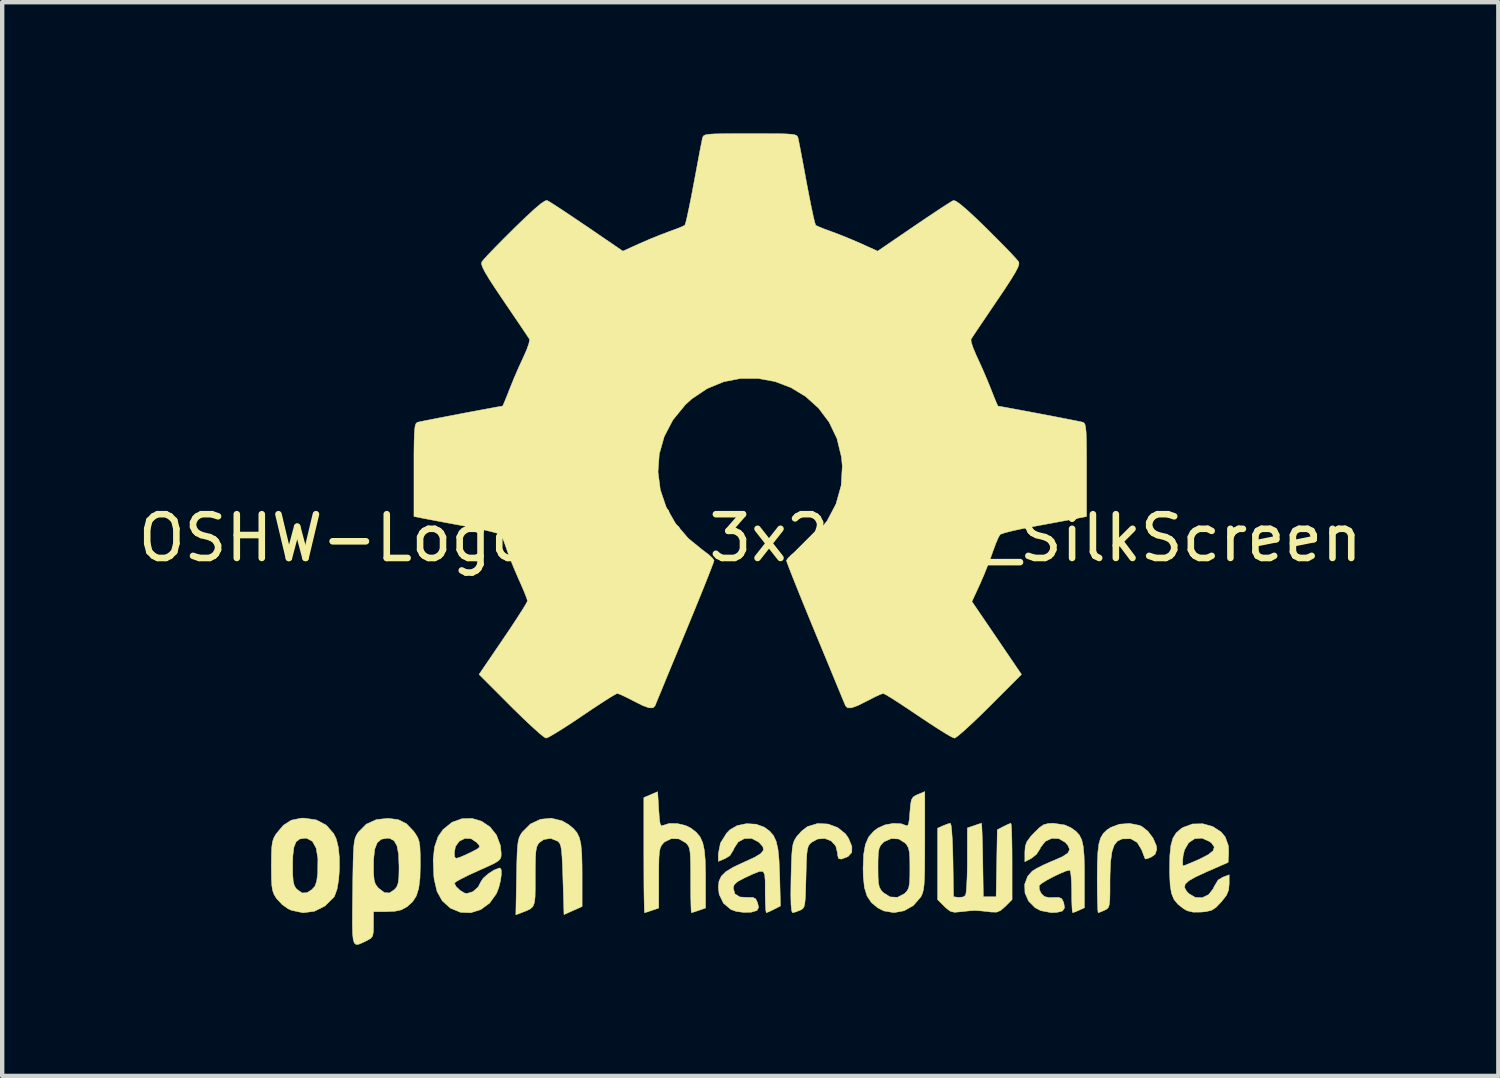
<source format=kicad_pcb>
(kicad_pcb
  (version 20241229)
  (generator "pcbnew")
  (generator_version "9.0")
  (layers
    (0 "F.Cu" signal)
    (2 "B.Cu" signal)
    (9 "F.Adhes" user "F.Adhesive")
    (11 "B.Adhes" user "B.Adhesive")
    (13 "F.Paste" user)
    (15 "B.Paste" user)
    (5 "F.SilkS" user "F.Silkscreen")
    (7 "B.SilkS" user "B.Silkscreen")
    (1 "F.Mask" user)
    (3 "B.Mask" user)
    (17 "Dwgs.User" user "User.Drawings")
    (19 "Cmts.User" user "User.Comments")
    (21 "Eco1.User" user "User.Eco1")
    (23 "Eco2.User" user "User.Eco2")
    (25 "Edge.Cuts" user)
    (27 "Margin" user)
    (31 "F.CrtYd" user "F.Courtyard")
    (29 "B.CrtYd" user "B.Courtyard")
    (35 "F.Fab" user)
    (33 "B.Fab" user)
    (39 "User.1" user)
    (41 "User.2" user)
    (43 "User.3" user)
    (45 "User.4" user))
  (footprint "OSHW-Logo2_24.3x20mm_SilkScreen"
    (layer "F.Cu")
    (at 14.101 9.25)
    (property "Reference" "OSHW-Logo2_24.3x20mm_SilkScreen" (at 0 0 0) (layer "F.SilkS") (effects (font (size 1 1) (thickness 0.15))))
    (attr exclude_from_pos_files exclude_from_bom allow_missing_courtyard)
    (fp_poly (pts (xy 8.893 6.567) (xy 8.951 6.592) (xy 9.09 6.702) (xy 9.209 6.861) (xy 9.282 7.031) (xy 9.294 7.114) (xy 9.254 7.231) (xy 9.166 7.293) (xy 9.072 7.33) (xy 9.029 7.337) (xy 9.008 7.287) (xy 8.966 7.178) (xy 8.948 7.129) (xy 8.846 6.959) (xy 8.698 6.874) (xy 8.509 6.877) (xy 8.495 6.88) (xy 8.393 6.928) (xy 8.319 7.021) (xy 8.268 7.172) (xy 8.238 7.391) (xy 8.225 7.69) (xy 8.223 7.849) (xy 8.223 8.1) (xy 8.219 8.271) (xy 8.208 8.379) (xy 8.187 8.443) (xy 8.153 8.48) (xy 8.102 8.506) (xy 8.099 8.508) (xy 8.002 8.549) (xy 7.953 8.564) (xy 7.946 8.518) (xy 7.94 8.391) (xy 7.935 8.199) (xy 7.932 7.959) (xy 7.931 7.783) (xy 7.934 7.443) (xy 7.946 7.184) (xy 7.969 6.993) (xy 8.009 6.854) (xy 8.07 6.752) (xy 8.154 6.672) (xy 8.238 6.616) (xy 8.439 6.541) (xy 8.673 6.524) (xy 8.893 6.567)) (stroke (width 0.01) (type solid)) (fill yes) (layer "F.SilkS"))
    (fp_poly (pts (xy -4.304 6.463) (xy -4.148 6.553) (xy -4.04 6.643) (xy -3.96 6.737) (xy -3.905 6.852) (xy -3.871 7.004) (xy -3.852 7.211) (xy -3.845 7.488) (xy -3.844 7.688) (xy -3.844 8.423) (xy -4.051 8.515) (xy -4.258 8.608) (xy -4.282 7.803) (xy -4.292 7.503) (xy -4.303 7.285) (xy -4.316 7.134) (xy -4.333 7.036) (xy -4.357 6.976) (xy -4.39 6.938) (xy -4.401 6.93) (xy -4.56 6.866) (xy -4.721 6.891) (xy -4.817 6.958) (xy -4.856 7.006) (xy -4.883 7.068) (xy -4.9 7.162) (xy -4.91 7.306) (xy -4.914 7.516) (xy -4.915 7.735) (xy -4.915 8.01) (xy -4.919 8.205) (xy -4.935 8.336) (xy -4.968 8.421) (xy -5.026 8.476) (xy -5.113 8.519) (xy -5.231 8.564) (xy -5.359 8.613) (xy -5.343 7.749) (xy -5.337 7.438) (xy -5.33 7.207) (xy -5.32 7.043) (xy -5.304 6.927) (xy -5.282 6.844) (xy -5.25 6.779) (xy -5.211 6.721) (xy -5.025 6.536) (xy -4.797 6.429) (xy -4.55 6.404) (xy -4.304 6.463)) (stroke (width 0.01) (type solid)) (fill yes) (layer "F.SilkS"))
    (fp_poly (pts (xy 1.777 6.537) (xy 1.998 6.618) (xy 2.177 6.762) (xy 2.247 6.864) (xy 2.323 7.05) (xy 2.321 7.185) (xy 2.241 7.276) (xy 2.212 7.291) (xy 2.084 7.339) (xy 2.018 7.327) (xy 1.996 7.246) (xy 1.995 7.202) (xy 1.954 7.038) (xy 1.849 6.923) (xy 1.702 6.867) (xy 1.538 6.881) (xy 1.404 6.954) (xy 1.359 6.995) (xy 1.327 7.045) (xy 1.306 7.121) (xy 1.292 7.239) (xy 1.283 7.417) (xy 1.276 7.67) (xy 1.274 7.75) (xy 1.267 8.025) (xy 1.26 8.218) (xy 1.248 8.346) (xy 1.23 8.425) (xy 1.203 8.47) (xy 1.163 8.497) (xy 1.138 8.509) (xy 1.03 8.55) (xy 0.966 8.564) (xy 0.945 8.519) (xy 0.932 8.381) (xy 0.927 8.15) (xy 0.931 7.824) (xy 0.932 7.773) (xy 0.939 7.476) (xy 0.948 7.258) (xy 0.96 7.104) (xy 0.978 6.996) (xy 1.005 6.918) (xy 1.043 6.852) (xy 1.062 6.824) (xy 1.174 6.698) (xy 1.3 6.601) (xy 1.315 6.593) (xy 1.54 6.525) (xy 1.777 6.537)) (stroke (width 0.01) (type solid)) (fill yes) (layer "F.SilkS"))
    (fp_poly (pts (xy -2.092 6.206) (xy -2.078 6.405) (xy -2.062 6.523) (xy -2.039 6.574) (xy -2.006 6.574) (xy -1.995 6.568) (xy -1.852 6.524) (xy -1.665 6.527) (xy -1.476 6.572) (xy -1.357 6.631) (xy -1.236 6.725) (xy -1.147 6.831) (xy -1.086 6.966) (xy -1.048 7.146) (xy -1.028 7.388) (xy -1.022 7.707) (xy -1.022 7.769) (xy -1.022 8.457) (xy -1.175 8.511) (xy -1.284 8.547) (xy -1.344 8.564) (xy -1.345 8.564) (xy -1.351 8.518) (xy -1.356 8.392) (xy -1.36 8.201) (xy -1.362 7.963) (xy -1.362 7.818) (xy -1.363 7.533) (xy -1.367 7.328) (xy -1.375 7.188) (xy -1.391 7.096) (xy -1.416 7.035) (xy -1.452 6.989) (xy -1.475 6.967) (xy -1.632 6.877) (xy -1.803 6.871) (xy -1.958 6.946) (xy -1.987 6.974) (xy -2.029 7.025) (xy -2.058 7.086) (xy -2.076 7.174) (xy -2.087 7.307) (xy -2.091 7.502) (xy -2.092 7.772) (xy -2.092 8.457) (xy -2.246 8.511) (xy -2.354 8.547) (xy -2.414 8.564) (xy -2.416 8.564) (xy -2.42 8.517) (xy -2.424 8.386) (xy -2.428 8.182) (xy -2.431 7.919) (xy -2.432 7.608) (xy -2.433 7.263) (xy -2.433 7.248) (xy -2.433 5.932) (xy -2.117 5.798) (xy -2.092 6.206)) (stroke (width 0.01) (type solid)) (fill yes) (layer "F.SilkS"))
    (fp_poly (pts (xy 5.967 6.566) (xy 5.974 6.694) (xy 5.98 6.889) (xy 5.984 7.135) (xy 5.985 7.392) (xy 5.985 8.265) (xy 5.831 8.419) (xy 5.725 8.513) (xy 5.632 8.552) (xy 5.505 8.549) (xy 5.454 8.543) (xy 5.296 8.525) (xy 5.165 8.515) (xy 5.134 8.514) (xy 5.026 8.52) (xy 4.873 8.536) (xy 4.813 8.543) (xy 4.667 8.555) (xy 4.569 8.53) (xy 4.471 8.453) (xy 4.436 8.419) (xy 4.282 8.265) (xy 4.282 6.633) (xy 4.406 6.577) (xy 4.513 6.535) (xy 4.575 6.52) (xy 4.591 6.567) (xy 4.606 6.696) (xy 4.619 6.894) (xy 4.629 7.146) (xy 4.634 7.36) (xy 4.647 8.199) (xy 4.763 8.215) (xy 4.869 8.204) (xy 4.92 8.167) (xy 4.935 8.097) (xy 4.947 7.949) (xy 4.957 7.741) (xy 4.962 7.493) (xy 4.962 7.364) (xy 4.963 6.627) (xy 5.116 6.574) (xy 5.225 6.537) (xy 5.284 6.52) (xy 5.286 6.52) (xy 5.292 6.566) (xy 5.298 6.694) (xy 5.305 6.888) (xy 5.311 7.132) (xy 5.315 7.36) (xy 5.328 8.199) (xy 5.62 8.199) (xy 5.634 7.433) (xy 5.647 6.668) (xy 5.789 6.594) (xy 5.894 6.543) (xy 5.957 6.52) (xy 5.958 6.52) (xy 5.967 6.566)) (stroke (width 0.01) (type solid)) (fill yes) (layer "F.SilkS"))
    (fp_poly (pts (xy -9.92 6.443) (xy -9.692 6.563) (xy -9.523 6.756) (xy -9.463 6.88) (xy -9.417 7.067) (xy -9.393 7.302) (xy -9.391 7.559) (xy -9.409 7.81) (xy -9.446 8.027) (xy -9.502 8.183) (xy -9.519 8.21) (xy -9.721 8.41) (xy -9.961 8.531) (xy -10.221 8.566) (xy -10.485 8.511) (xy -10.558 8.479) (xy -10.701 8.378) (xy -10.826 8.245) (xy -10.838 8.228) (xy -10.886 8.147) (xy -10.918 8.06) (xy -10.937 7.945) (xy -10.946 7.782) (xy -10.948 7.546) (xy -10.948 7.493) (xy -10.948 7.477) (xy -10.462 7.477) (xy -10.459 7.699) (xy -10.448 7.846) (xy -10.424 7.941) (xy -10.385 8.007) (xy -10.364 8.029) (xy -10.248 8.112) (xy -10.135 8.108) (xy -10.021 8.036) (xy -9.952 7.959) (xy -9.912 7.846) (xy -9.889 7.669) (xy -9.888 7.648) (xy -9.884 7.327) (xy -9.924 7.088) (xy -10.009 6.934) (xy -10.136 6.865) (xy -10.182 6.861) (xy -10.301 6.88) (xy -10.383 6.945) (xy -10.433 7.071) (xy -10.457 7.269) (xy -10.462 7.477) (xy -10.948 7.477) (xy -10.946 7.243) (xy -10.939 7.068) (xy -10.922 6.946) (xy -10.893 6.857) (xy -10.849 6.778) (xy -10.839 6.763) (xy -10.673 6.565) (xy -10.493 6.45) (xy -10.273 6.404) (xy -10.199 6.402) (xy -9.92 6.443)) (stroke (width 0.01) (type solid)) (fill yes) (layer "F.SilkS"))
    (fp_poly (pts (xy 10.572 6.594) (xy 10.765 6.72) (xy 10.858 6.833) (xy 10.931 7.037) (xy 10.937 7.199) (xy 10.924 7.415) (xy 10.425 7.633) (xy 10.183 7.745) (xy 10.024 7.835) (xy 9.942 7.912) (xy 9.928 7.988) (xy 9.973 8.071) (xy 10.024 8.126) (xy 10.171 8.214) (xy 10.33 8.221) (xy 10.477 8.152) (xy 10.585 8.015) (xy 10.604 7.967) (xy 10.696 7.816) (xy 10.803 7.752) (xy 10.948 7.697) (xy 10.948 7.905) (xy 10.935 8.047) (xy 10.885 8.167) (xy 10.779 8.304) (xy 10.763 8.322) (xy 10.646 8.444) (xy 10.545 8.51) (xy 10.418 8.54) (xy 10.313 8.55) (xy 10.126 8.552) (xy 9.992 8.521) (xy 9.909 8.475) (xy 9.778 8.373) (xy 9.687 8.263) (xy 9.63 8.124) (xy 9.599 7.937) (xy 9.587 7.682) (xy 9.586 7.552) (xy 9.589 7.396) (xy 9.883 7.396) (xy 9.887 7.48) (xy 9.895 7.493) (xy 9.951 7.475) (xy 10.072 7.426) (xy 10.233 7.356) (xy 10.267 7.341) (xy 10.47 7.237) (xy 10.583 7.146) (xy 10.607 7.061) (xy 10.548 6.975) (xy 10.5 6.937) (xy 10.324 6.86) (xy 10.159 6.873) (xy 10.021 6.966) (xy 9.926 7.131) (xy 9.895 7.262) (xy 9.883 7.396) (xy 9.589 7.396) (xy 9.592 7.249) (xy 9.616 7.025) (xy 9.661 6.862) (xy 9.736 6.741) (xy 9.845 6.646) (xy 9.892 6.616) (xy 10.108 6.536) (xy 10.344 6.531) (xy 10.572 6.594)) (stroke (width 0.01) (type solid)) (fill yes) (layer "F.SilkS"))
    (fp_poly (pts (xy 3.99 6.924) (xy 3.989 7.288) (xy 3.987 7.568) (xy 3.982 7.777) (xy 3.973 7.929) (xy 3.959 8.037) (xy 3.939 8.115) (xy 3.913 8.177) (xy 3.893 8.212) (xy 3.727 8.401) (xy 3.518 8.52) (xy 3.285 8.563) (xy 3.053 8.524) (xy 2.915 8.454) (xy 2.769 8.332) (xy 2.67 8.184) (xy 2.61 7.991) (xy 2.583 7.732) (xy 2.579 7.542) (xy 2.58 7.529) (xy 2.92 7.529) (xy 2.922 7.746) (xy 2.931 7.89) (xy 2.953 7.984) (xy 2.992 8.053) (xy 3.039 8.104) (xy 3.196 8.203) (xy 3.365 8.212) (xy 3.524 8.129) (xy 3.537 8.118) (xy 3.59 8.059) (xy 3.623 7.99) (xy 3.641 7.886) (xy 3.648 7.726) (xy 3.649 7.549) (xy 3.647 7.326) (xy 3.637 7.178) (xy 3.614 7.08) (xy 3.575 7.011) (xy 3.544 6.974) (xy 3.396 6.88) (xy 3.226 6.869) (xy 3.063 6.94) (xy 3.032 6.967) (xy 2.979 7.026) (xy 2.946 7.096) (xy 2.928 7.2) (xy 2.921 7.362) (xy 2.92 7.529) (xy 2.58 7.529) (xy 2.591 7.237) (xy 2.631 7.007) (xy 2.706 6.834) (xy 2.823 6.7) (xy 2.915 6.631) (xy 3.081 6.556) (xy 3.273 6.522) (xy 3.452 6.531) (xy 3.552 6.568) (xy 3.591 6.579) (xy 3.617 6.539) (xy 3.636 6.433) (xy 3.649 6.271) (xy 3.664 6.091) (xy 3.685 5.982) (xy 3.724 5.92) (xy 3.79 5.879) (xy 3.832 5.861) (xy 3.99 5.795) (xy 3.99 6.924)) (stroke (width 0.01) (type solid)) (fill yes) (layer "F.SilkS"))
    (fp_poly (pts (xy -6.141 6.474) (xy -5.949 6.604) (xy -5.801 6.79) (xy -5.712 7.027) (xy -5.694 7.202) (xy -5.696 7.275) (xy -5.713 7.33) (xy -5.76 7.38) (xy -5.851 7.436) (xy -6.002 7.508) (xy -6.227 7.608) (xy -6.228 7.609) (xy -6.435 7.703) (xy -6.605 7.788) (xy -6.72 7.852) (xy -6.764 7.888) (xy -6.764 7.888) (xy -6.726 7.966) (xy -6.636 8.052) (xy -6.534 8.114) (xy -6.482 8.126) (xy -6.341 8.084) (xy -6.22 7.977) (xy -6.16 7.86) (xy -6.103 7.774) (xy -5.991 7.676) (xy -5.86 7.591) (xy -5.744 7.545) (xy -5.719 7.542) (xy -5.692 7.584) (xy -5.69 7.691) (xy -5.71 7.834) (xy -5.748 7.988) (xy -5.8 8.122) (xy -5.803 8.128) (xy -5.958 8.345) (xy -6.159 8.492) (xy -6.388 8.565) (xy -6.626 8.556) (xy -6.853 8.461) (xy -6.863 8.454) (xy -7.042 8.292) (xy -7.16 8.081) (xy -7.225 7.803) (xy -7.234 7.724) (xy -7.249 7.356) (xy -7.231 7.184) (xy -6.764 7.184) (xy -6.758 7.291) (xy -6.724 7.322) (xy -6.642 7.299) (xy -6.511 7.243) (xy -6.365 7.174) (xy -6.362 7.172) (xy -6.238 7.107) (xy -6.189 7.064) (xy -6.201 7.018) (xy -6.252 6.959) (xy -6.383 6.872) (xy -6.524 6.866) (xy -6.651 6.929) (xy -6.738 7.05) (xy -6.764 7.184) (xy -7.231 7.184) (xy -7.217 7.06) (xy -7.136 6.826) (xy -7.022 6.662) (xy -6.817 6.497) (xy -6.591 6.415) (xy -6.36 6.409) (xy -6.141 6.474)) (stroke (width 0.01) (type solid)) (fill yes) (layer "F.SilkS"))
    (fp_poly (pts (xy 0.133 6.541) (xy 0.324 6.611) (xy 0.326 6.613) (xy 0.444 6.7) (xy 0.531 6.801) (xy 0.592 6.933) (xy 0.633 7.112) (xy 0.657 7.354) (xy 0.671 7.675) (xy 0.673 7.721) (xy 0.69 8.411) (xy 0.542 8.487) (xy 0.435 8.539) (xy 0.37 8.564) (xy 0.367 8.564) (xy 0.356 8.519) (xy 0.347 8.397) (xy 0.342 8.218) (xy 0.341 8.074) (xy 0.341 7.84) (xy 0.33 7.693) (xy 0.293 7.623) (xy 0.213 7.62) (xy 0.075 7.673) (xy -0.134 7.77) (xy -0.287 7.851) (xy -0.366 7.922) (xy -0.389 7.998) (xy -0.389 8.002) (xy -0.351 8.134) (xy -0.238 8.205) (xy -0.064 8.215) (xy 0.061 8.214) (xy 0.126 8.25) (xy 0.167 8.336) (xy 0.191 8.446) (xy 0.157 8.509) (xy 0.144 8.517) (xy 0.023 8.553) (xy -0.146 8.558) (xy -0.32 8.535) (xy -0.443 8.491) (xy -0.614 8.346) (xy -0.711 8.145) (xy -0.73 7.987) (xy -0.715 7.845) (xy -0.662 7.729) (xy -0.557 7.626) (xy -0.387 7.523) (xy -0.137 7.406) (xy -0.122 7.4) (xy 0.103 7.296) (xy 0.242 7.211) (xy 0.302 7.134) (xy 0.289 7.056) (xy 0.21 6.967) (xy 0.186 6.946) (xy 0.029 6.866) (xy -0.134 6.87) (xy -0.277 6.948) (xy -0.371 7.093) (xy -0.38 7.121) (xy -0.465 7.259) (xy -0.573 7.326) (xy -0.73 7.391) (xy -0.73 7.221) (xy -0.682 6.973) (xy -0.541 6.746) (xy -0.467 6.67) (xy -0.3 6.573) (xy -0.087 6.529) (xy 0.133 6.541)) (stroke (width 0.01) (type solid)) (fill yes) (layer "F.SilkS"))
    (fp_poly (pts (xy -8.047 6.437) (xy -7.861 6.529) (xy -7.697 6.7) (xy -7.652 6.763) (xy -7.602 6.846) (xy -7.57 6.936) (xy -7.552 7.056) (xy -7.544 7.229) (xy -7.542 7.457) (xy -7.55 7.77) (xy -7.579 8.005) (xy -7.633 8.18) (xy -7.719 8.314) (xy -7.843 8.425) (xy -7.852 8.431) (xy -7.974 8.498) (xy -8.121 8.531) (xy -8.308 8.54) (xy -8.612 8.54) (xy -8.613 8.835) (xy -8.615 8.999) (xy -8.633 9.096) (xy -8.678 9.153) (xy -8.764 9.202) (xy -8.785 9.212) (xy -8.882 9.258) (xy -8.957 9.288) (xy -9.012 9.29) (xy -9.052 9.256) (xy -9.077 9.176) (xy -9.091 9.04) (xy -9.096 8.838) (xy -9.095 8.56) (xy -9.091 8.198) (xy -9.089 8.09) (xy -9.085 7.716) (xy -9.08 7.471) (xy -8.613 7.471) (xy -8.61 7.679) (xy -8.598 7.815) (xy -8.572 7.904) (xy -8.525 7.973) (xy -8.493 8.007) (xy -8.363 8.105) (xy -8.248 8.113) (xy -8.129 8.032) (xy -8.126 8.029) (xy -8.078 7.966) (xy -8.048 7.881) (xy -8.033 7.75) (xy -8.029 7.549) (xy -8.029 7.504) (xy -8.04 7.228) (xy -8.076 7.036) (xy -8.142 6.919) (xy -8.242 6.866) (xy -8.299 6.861) (xy -8.436 6.886) (xy -8.529 6.968) (xy -8.586 7.117) (xy -8.61 7.346) (xy -8.613 7.471) (xy -9.08 7.471) (xy -9.08 7.427) (xy -9.073 7.209) (xy -9.064 7.05) (xy -9.05 6.937) (xy -9.032 6.858) (xy -9.007 6.798) (xy -8.975 6.746) (xy -8.962 6.726) (xy -8.779 6.541) (xy -8.548 6.436) (xy -8.28 6.407) (xy -8.047 6.437)) (stroke (width 0.01) (type solid)) (fill yes) (layer "F.SilkS"))
    (fp_poly (pts (xy 7.191 6.559) (xy 7.331 6.622) (xy 7.441 6.7) (xy 7.521 6.786) (xy 7.577 6.897) (xy 7.612 7.05) (xy 7.631 7.259) (xy 7.639 7.541) (xy 7.639 7.727) (xy 7.639 8.451) (xy 7.516 8.508) (xy 7.418 8.549) (xy 7.37 8.564) (xy 7.36 8.519) (xy 7.353 8.397) (xy 7.348 8.219) (xy 7.348 8.077) (xy 7.343 7.873) (xy 7.332 7.711) (xy 7.316 7.612) (xy 7.303 7.591) (xy 7.217 7.612) (xy 7.082 7.668) (xy 6.925 7.742) (xy 6.775 7.823) (xy 6.659 7.895) (xy 6.604 7.944) (xy 6.604 7.945) (xy 6.609 8.036) (xy 6.651 8.124) (xy 6.724 8.195) (xy 6.832 8.219) (xy 6.923 8.216) (xy 7.053 8.214) (xy 7.121 8.244) (xy 7.162 8.325) (xy 7.167 8.34) (xy 7.185 8.454) (xy 7.138 8.524) (xy 7.014 8.557) (xy 6.88 8.563) (xy 6.64 8.518) (xy 6.515 8.453) (xy 6.362 8.3) (xy 6.28 8.113) (xy 6.273 7.915) (xy 6.342 7.731) (xy 6.445 7.615) (xy 6.549 7.55) (xy 6.711 7.469) (xy 6.901 7.385) (xy 6.933 7.373) (xy 7.141 7.281) (xy 7.261 7.2) (xy 7.3 7.119) (xy 7.263 7.029) (xy 7.202 6.958) (xy 7.055 6.871) (xy 6.894 6.865) (xy 6.747 6.932) (xy 6.64 7.066) (xy 6.626 7.1) (xy 6.545 7.227) (xy 6.427 7.321) (xy 6.277 7.399) (xy 6.277 7.179) (xy 6.286 7.045) (xy 6.324 6.94) (xy 6.407 6.827) (xy 6.488 6.74) (xy 6.613 6.617) (xy 6.71 6.551) (xy 6.814 6.525) (xy 6.932 6.52) (xy 7.191 6.559)) (stroke (width 0.01) (type solid)) (fill yes) (layer "F.SilkS"))
    (fp_poly (pts (xy 0.348 -9.245) (xy 0.612 -9.244) (xy 0.802 -9.24) (xy 0.932 -9.232) (xy 1.014 -9.22) (xy 1.06 -9.201) (xy 1.083 -9.175) (xy 1.094 -9.14) (xy 1.095 -9.136) (xy 1.112 -9.055) (xy 1.143 -8.895) (xy 1.185 -8.674) (xy 1.235 -8.408) (xy 1.289 -8.114) (xy 1.291 -8.103) (xy 1.346 -7.815) (xy 1.397 -7.561) (xy 1.441 -7.355) (xy 1.475 -7.214) (xy 1.496 -7.151) (xy 1.497 -7.15) (xy 1.558 -7.12) (xy 1.684 -7.069) (xy 1.848 -7.009) (xy 1.849 -7.009) (xy 2.055 -6.931) (xy 2.299 -6.832) (xy 2.528 -6.733) (xy 2.539 -6.728) (xy 2.912 -6.559) (xy 3.739 -7.124) (xy 3.993 -7.296) (xy 4.223 -7.45) (xy 4.416 -7.577) (xy 4.558 -7.668) (xy 4.636 -7.714) (xy 4.643 -7.718) (xy 4.7 -7.702) (xy 4.806 -7.628) (xy 4.966 -7.491) (xy 5.184 -7.289) (xy 5.406 -7.073) (xy 5.619 -6.86) (xy 5.811 -6.667) (xy 5.968 -6.503) (xy 6.08 -6.382) (xy 6.135 -6.316) (xy 6.137 -6.313) (xy 6.143 -6.267) (xy 6.121 -6.193) (xy 6.063 -6.08) (xy 5.965 -5.918) (xy 5.822 -5.697) (xy 5.63 -5.413) (xy 5.46 -5.162) (xy 5.309 -4.938) (xy 5.183 -4.752) (xy 5.094 -4.618) (xy 5.049 -4.549) (xy 5.046 -4.545) (xy 5.051 -4.479) (xy 5.093 -4.351) (xy 5.163 -4.184) (xy 5.188 -4.131) (xy 5.296 -3.895) (xy 5.412 -3.626) (xy 5.506 -3.394) (xy 5.574 -3.222) (xy 5.628 -3.091) (xy 5.659 -3.022) (xy 5.662 -3.017) (xy 5.72 -3.008) (xy 5.854 -2.984) (xy 6.049 -2.948) (xy 6.285 -2.904) (xy 6.545 -2.855) (xy 6.811 -2.805) (xy 7.065 -2.756) (xy 7.289 -2.712) (xy 7.465 -2.677) (xy 7.576 -2.654) (xy 7.603 -2.648) (xy 7.631 -2.632) (xy 7.652 -2.596) (xy 7.667 -2.527) (xy 7.678 -2.415) (xy 7.684 -2.245) (xy 7.687 -2.007) (xy 7.688 -1.688) (xy 7.688 -1.557) (xy 7.688 -0.493) (xy 7.433 -0.443) (xy 7.291 -0.416) (xy 7.078 -0.376) (xy 6.822 -0.328) (xy 6.548 -0.278) (xy 6.472 -0.264) (xy 6.218 -0.214) (xy 5.997 -0.166) (xy 5.828 -0.123) (xy 5.728 -0.089) (xy 5.711 -0.079) (xy 5.67 -0.009) (xy 5.612 0.127) (xy 5.547 0.303) (xy 5.534 0.341) (xy 5.449 0.575) (xy 5.343 0.84) (xy 5.24 1.077) (xy 5.239 1.078) (xy 5.067 1.451) (xy 5.634 2.284) (xy 6.2 3.117) (xy 5.473 3.845) (xy 5.253 4.062) (xy 5.052 4.253) (xy 4.882 4.409) (xy 4.754 4.518) (xy 4.679 4.571) (xy 4.668 4.574) (xy 4.605 4.548) (xy 4.476 4.474) (xy 4.296 4.362) (xy 4.078 4.221) (xy 3.842 4.063) (xy 3.602 3.902) (xy 3.389 3.761) (xy 3.215 3.65) (xy 3.094 3.578) (xy 3.04 3.552) (xy 2.974 3.574) (xy 2.849 3.631) (xy 2.691 3.712) (xy 2.674 3.721) (xy 2.461 3.828) (xy 2.314 3.881) (xy 2.223 3.881) (xy 2.176 3.833) (xy 2.176 3.832) (xy 2.152 3.774) (xy 2.095 3.637) (xy 2.01 3.431) (xy 1.901 3.167) (xy 1.773 2.856) (xy 1.629 2.508) (xy 1.489 2.171) (xy 1.336 1.799) (xy 1.195 1.454) (xy 1.071 1.147) (xy 0.968 0.889) (xy 0.89 0.69) (xy 0.842 0.561) (xy 0.827 0.512) (xy 0.865 0.457) (xy 0.962 0.369) (xy 1.093 0.271) (xy 1.464 -0.037) (xy 1.755 -0.39) (xy 1.96 -0.78) (xy 2.078 -1.201) (xy 2.104 -1.644) (xy 2.085 -1.849) (xy 1.982 -2.274) (xy 1.803 -2.649) (xy 1.561 -2.97) (xy 1.267 -3.235) (xy 0.931 -3.439) (xy 0.564 -3.578) (xy 0.178 -3.649) (xy -0.216 -3.649) (xy -0.608 -3.573) (xy -0.986 -3.417) (xy -1.34 -3.179) (xy -1.487 -3.044) (xy -1.77 -2.698) (xy -1.967 -2.32) (xy -2.08 -1.921) (xy -2.109 -1.512) (xy -2.056 -1.103) (xy -1.922 -0.707) (xy -1.709 -0.334) (xy -1.418 0.006) (xy -1.093 0.271) (xy -0.957 0.373) (xy -0.862 0.46) (xy -0.827 0.512) (xy -0.845 0.569) (xy -0.897 0.706) (xy -0.977 0.911) (xy -1.082 1.174) (xy -1.208 1.484) (xy -1.35 1.832) (xy -1.49 2.171) (xy -1.644 2.543) (xy -1.787 2.888) (xy -1.914 3.195) (xy -2.02 3.454) (xy -2.103 3.654) (xy -2.156 3.783) (xy -2.176 3.832) (xy -2.223 3.881) (xy -2.313 3.881) (xy -2.459 3.829) (xy -2.672 3.722) (xy -2.674 3.721) (xy -2.834 3.639) (xy -2.964 3.578) (xy -3.037 3.552) (xy -3.04 3.552) (xy -3.095 3.578) (xy -3.217 3.651) (xy -3.391 3.763) (xy -3.605 3.903) (xy -3.842 4.063) (xy -4.083 4.225) (xy -4.3 4.365) (xy -4.48 4.476) (xy -4.607 4.549) (xy -4.668 4.574) (xy -4.724 4.541) (xy -4.837 4.448) (xy -4.995 4.306) (xy -5.187 4.125) (xy -5.403 3.915) (xy -5.473 3.845) (xy -6.2 3.117) (xy -5.647 2.304) (xy -5.478 2.054) (xy -5.331 1.83) (xy -5.212 1.645) (xy -5.13 1.511) (xy -5.094 1.442) (xy -5.093 1.437) (xy -5.112 1.371) (xy -5.163 1.24) (xy -5.238 1.064) (xy -5.291 0.947) (xy -5.389 0.721) (xy -5.481 0.494) (xy -5.553 0.302) (xy -5.572 0.243) (xy -5.627 0.087) (xy -5.681 -0.034) (xy -5.711 -0.079) (xy -5.776 -0.107) (xy -5.919 -0.147) (xy -6.121 -0.194) (xy -6.363 -0.243) (xy -6.472 -0.264) (xy -6.747 -0.314) (xy -7.011 -0.363) (xy -7.238 -0.406) (xy -7.402 -0.437) (xy -7.433 -0.443) (xy -7.688 -0.493) (xy -7.688 -1.557) (xy -7.688 -1.907) (xy -7.685 -2.172) (xy -7.68 -2.363) (xy -7.671 -2.494) (xy -7.658 -2.577) (xy -7.639 -2.622) (xy -7.613 -2.644) (xy -7.603 -2.648) (xy -7.54 -2.662) (xy -7.4 -2.69) (xy -7.202 -2.729) (xy -6.964 -2.775) (xy -6.703 -2.825) (xy -6.437 -2.876) (xy -6.185 -2.923) (xy -5.963 -2.964) (xy -5.791 -2.996) (xy -5.686 -3.014) (xy -5.662 -3.017) (xy -5.641 -3.059) (xy -5.594 -3.171) (xy -5.53 -3.331) (xy -5.506 -3.394) (xy -5.408 -3.637) (xy -5.292 -3.905) (xy -5.188 -4.131) (xy -5.111 -4.304) (xy -5.061 -4.446) (xy -5.044 -4.533) (xy -5.046 -4.545) (xy -5.082 -4.6) (xy -5.164 -4.722) (xy -5.283 -4.899) (xy -5.431 -5.117) (xy -5.598 -5.363) (xy -5.631 -5.412) (xy -5.825 -5.7) (xy -5.968 -5.92) (xy -6.064 -6.08) (xy -6.121 -6.193) (xy -6.144 -6.266) (xy -6.138 -6.312) (xy -6.138 -6.312) (xy -6.09 -6.372) (xy -5.983 -6.488) (xy -5.83 -6.647) (xy -5.642 -6.838) (xy -5.429 -7.049) (xy -5.406 -7.073) (xy -5.138 -7.332) (xy -4.932 -7.522) (xy -4.783 -7.647) (xy -4.686 -7.71) (xy -4.643 -7.718) (xy -4.581 -7.682) (xy -4.452 -7.6) (xy -4.27 -7.481) (xy -4.047 -7.332) (xy -3.798 -7.163) (xy -3.739 -7.124) (xy -2.912 -6.559) (xy -2.539 -6.728) (xy -2.312 -6.827) (xy -2.068 -6.926) (xy -1.858 -7.006) (xy -1.849 -7.009) (xy -1.685 -7.069) (xy -1.559 -7.12) (xy -1.497 -7.15) (xy -1.497 -7.15) (xy -1.477 -7.205) (xy -1.444 -7.341) (xy -1.401 -7.542) (xy -1.35 -7.793) (xy -1.296 -8.079) (xy -1.291 -8.103) (xy -1.236 -8.398) (xy -1.186 -8.665) (xy -1.144 -8.889) (xy -1.112 -9.051) (xy -1.095 -9.134) (xy -1.095 -9.136) (xy -1.084 -9.171) (xy -1.064 -9.198) (xy -1.021 -9.218) (xy -0.944 -9.231) (xy -0.82 -9.239) (xy -0.636 -9.243) (xy -0.382 -9.245) (xy -0.044 -9.245) (xy 0 -9.245) (xy 0.348 -9.245)) (stroke (width 0.01) (type solid)) (fill yes) (layer "F.SilkS")))
  (gr_rect
    (start -3 -3)
    (end 31.202 21.546)
    (stroke (width 0.1) (type default))
    (fill no)
    (layer "Edge.Cuts")))
</source>
